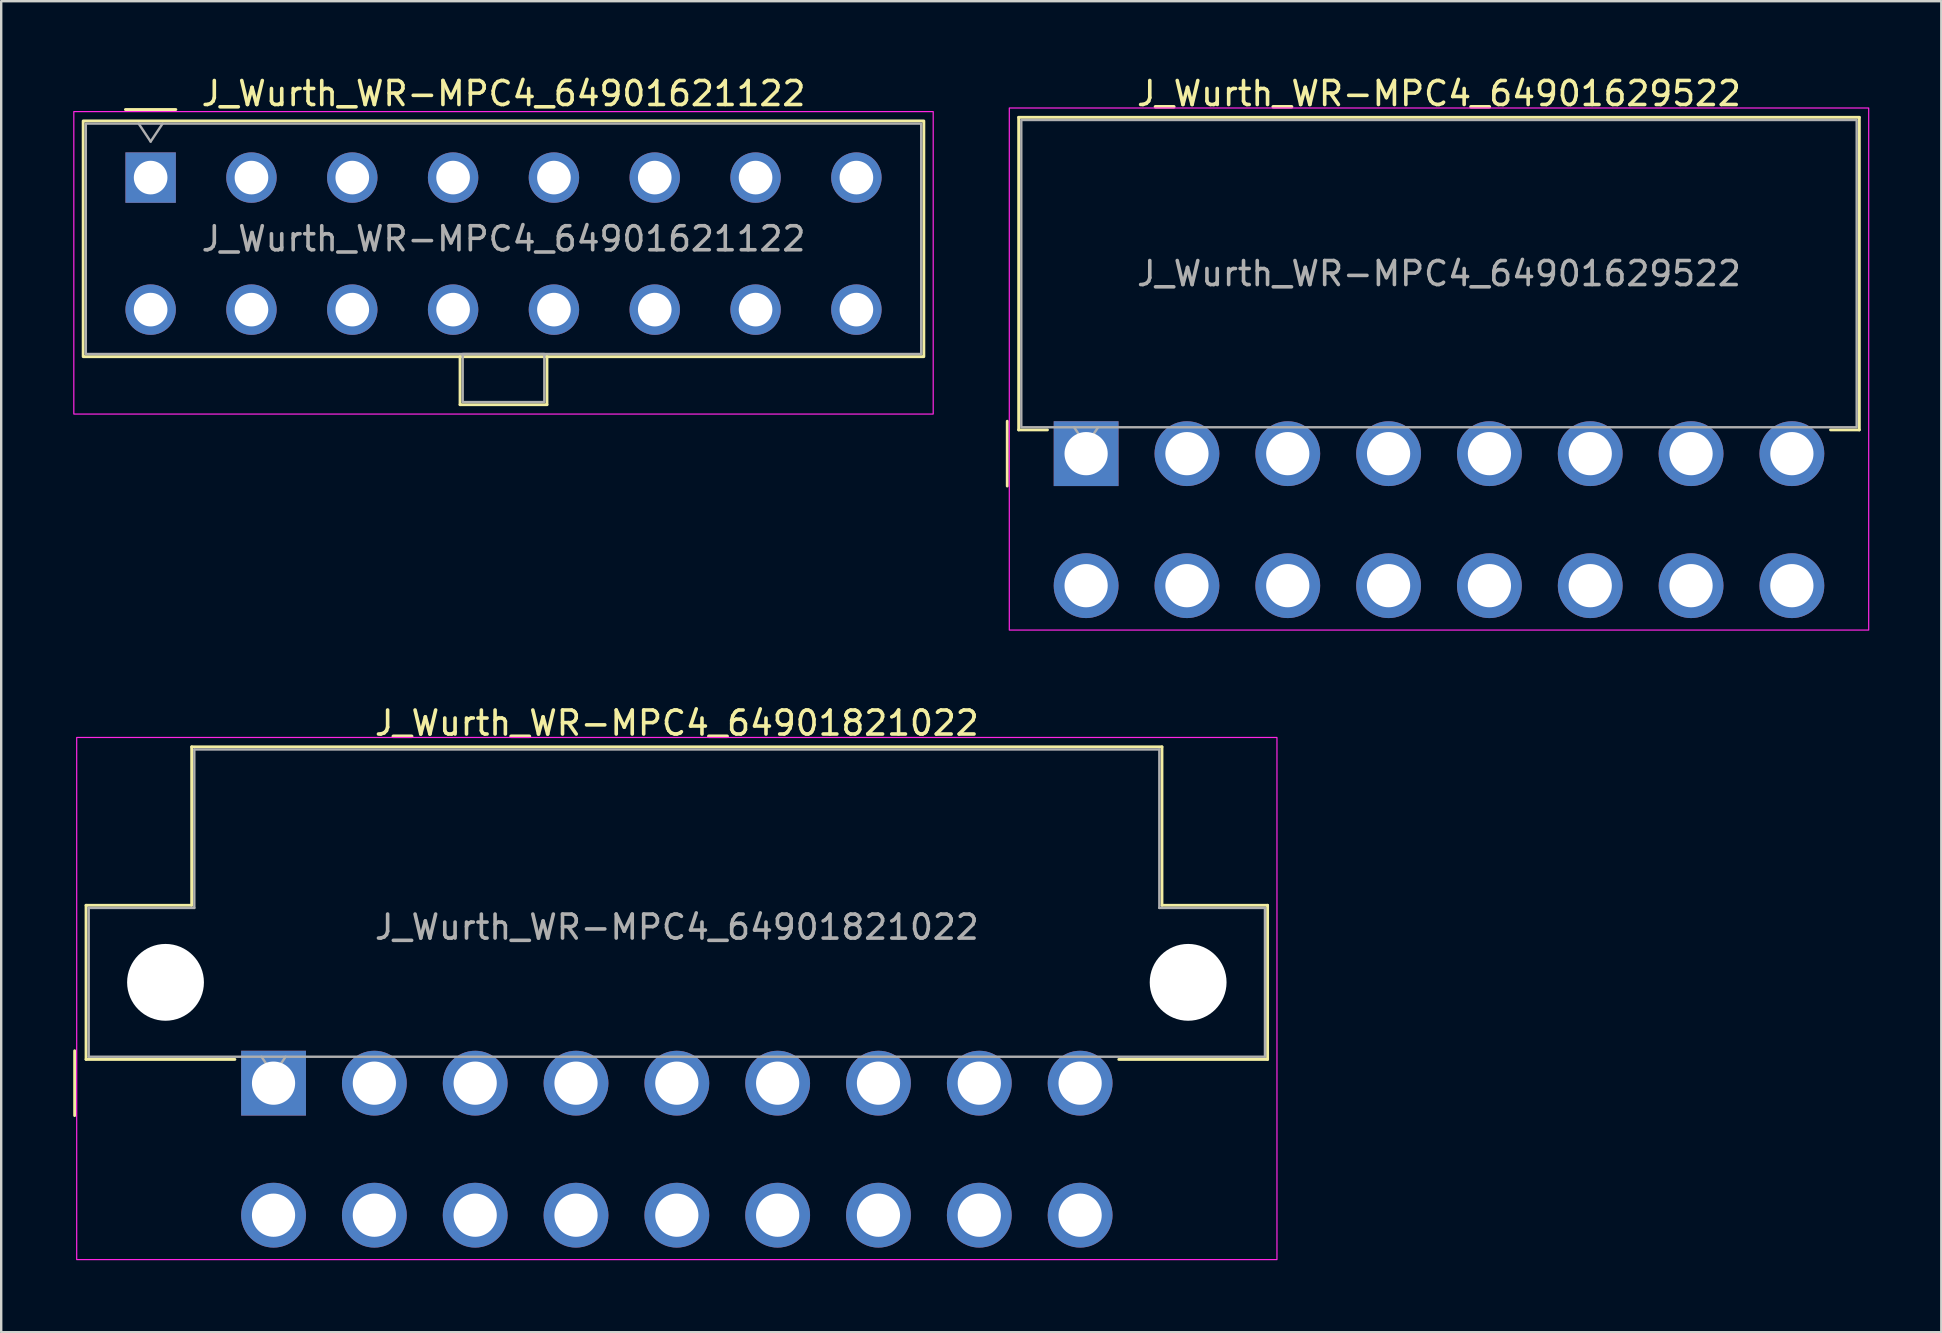
<source format=kicad_pcb>
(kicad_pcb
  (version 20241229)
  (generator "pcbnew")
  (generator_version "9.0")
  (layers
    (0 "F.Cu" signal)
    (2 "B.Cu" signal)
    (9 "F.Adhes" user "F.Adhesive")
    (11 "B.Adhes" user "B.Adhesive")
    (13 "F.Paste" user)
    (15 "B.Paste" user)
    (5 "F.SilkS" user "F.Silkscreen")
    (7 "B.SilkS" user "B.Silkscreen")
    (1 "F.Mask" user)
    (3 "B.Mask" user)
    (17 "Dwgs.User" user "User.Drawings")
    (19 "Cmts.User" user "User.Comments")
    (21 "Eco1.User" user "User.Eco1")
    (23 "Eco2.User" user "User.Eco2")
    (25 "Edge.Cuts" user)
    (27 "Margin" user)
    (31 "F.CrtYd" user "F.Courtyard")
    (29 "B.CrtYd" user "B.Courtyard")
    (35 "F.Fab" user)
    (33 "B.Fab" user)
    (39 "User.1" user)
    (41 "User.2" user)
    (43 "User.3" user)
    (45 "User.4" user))
  (footprint "J_Wurth_WR-MPC4_64901629522"
    (layer "F.Cu")
    (at 42.195 15.848)
    (property "Reference" "J_Wurth_WR-MPC4_64901629522" (at 14.7 -15 0) (unlocked yes) (layer "F.SilkS") (effects (font (size 1 1) (thickness 0.15))))
    (attr through_hole)
    (fp_line (start -3.285 -1.35) (end -3.285 1.35) (stroke (width 0.12) (type solid)) (layer "F.SilkS"))
    (fp_line (start -2.81 -14.01) (end 32.21 -14.01) (stroke (width 0.12) (type solid)) (layer "F.SilkS"))
    (fp_line (start -2.81 -0.99) (end -2.81 -14.01) (stroke (width 0.12) (type default)) (layer "F.SilkS"))
    (fp_line (start -1.61 -0.99) (end -2.81 -0.99) (stroke (width 0.12) (type solid)) (layer "F.SilkS"))
    (fp_line (start 32.21 -14.01) (end 32.21 -0.99) (stroke (width 0.12) (type solid)) (layer "F.SilkS"))
    (fp_line (start 32.21 -0.99) (end 31.01 -0.99) (stroke (width 0.12) (type solid)) (layer "F.SilkS"))
    (fp_rect (start -3.2 -14.4) (end 32.6 7.35) (stroke (width 0.05) (type solid)) (fill no) (layer "F.CrtYd"))
    (fp_line (start 0 -0.35) (end -0.5 -1.1) (stroke (width 0.1) (type solid)) (layer "F.Fab"))
    (fp_line (start 0 -0.35) (end 0.5 -1.1) (stroke (width 0.1) (type solid)) (layer "F.Fab"))
    (fp_rect (start -2.7 -13.9) (end 32.1 -1.1) (stroke (width 0.1) (type solid)) (fill no) (layer "F.Fab"))
    (fp_text user "${REFERENCE}" (at 14.7 -7.5 0) (unlocked yes) (layer "F.Fab") (effects (font (size 1 1) (thickness 0.15))))
    (pad "1" thru_hole rect (at 0 0 180) (size 2.7 2.7) (drill 1.8) (layers "*.Cu" "*.Mask"))
    (pad "2" thru_hole circle (at 4.2 0 180) (size 2.7 2.7) (drill 1.8) (layers "*.Cu" "*.Mask"))
    (pad "3" thru_hole circle (at 8.4 0 180) (size 2.7 2.7) (drill 1.8) (layers "*.Cu" "*.Mask"))
    (pad "4" thru_hole circle (at 12.6 0 180) (size 2.7 2.7) (drill 1.8) (layers "*.Cu" "*.Mask"))
    (pad "5" thru_hole circle (at 16.8 0 180) (size 2.7 2.7) (drill 1.8) (layers "*.Cu" "*.Mask"))
    (pad "6" thru_hole circle (at 21 0 180) (size 2.7 2.7) (drill 1.8) (layers "*.Cu" "*.Mask"))
    (pad "7" thru_hole circle (at 25.2 0 180) (size 2.7 2.7) (drill 1.8) (layers "*.Cu" "*.Mask"))
    (pad "8" thru_hole circle (at 29.4 0 180) (size 2.7 2.7) (drill 1.8) (layers "*.Cu" "*.Mask"))
    (pad "9" thru_hole circle (at 0 5.5 180) (size 2.7 2.7) (drill 1.8) (layers "*.Cu" "*.Mask"))
    (pad "10" thru_hole circle (at 4.2 5.5 180) (size 2.7 2.7) (drill 1.8) (layers "*.Cu" "*.Mask"))
    (pad "11" thru_hole circle (at 8.4 5.5 180) (size 2.7 2.7) (drill 1.8) (layers "*.Cu" "*.Mask"))
    (pad "12" thru_hole circle (at 12.6 5.5 180) (size 2.7 2.7) (drill 1.8) (layers "*.Cu" "*.Mask"))
    (pad "13" thru_hole circle (at 16.8 5.5 180) (size 2.7 2.7) (drill 1.8) (layers "*.Cu" "*.Mask"))
    (pad "14" thru_hole circle (at 21 5.5 180) (size 2.7 2.7) (drill 1.8) (layers "*.Cu" "*.Mask"))
    (pad "15" thru_hole circle (at 25.2 5.5 180) (size 2.7 2.7) (drill 1.8) (layers "*.Cu" "*.Mask"))
    (pad "16" thru_hole circle (at 29.4 5.5 180) (size 2.7 2.7) (drill 1.8) (layers "*.Cu" "*.Mask")))
  (footprint "J_Wurth_WR-MPC4_64901821022"
    (layer "F.Cu")
    (at 8.345 42.072)
    (property "Reference" "J_Wurth_WR-MPC4_64901821022" (at 16.8 -15 0) (unlocked yes) (layer "F.SilkS") (effects (font (size 1 1) (thickness 0.15))))
    (attr through_hole)
    (fp_line (start -8.285 -1.35) (end -8.285 1.35) (stroke (width 0.12) (type solid)) (layer "F.SilkS"))
    (fp_line (start -7.81 -7.41) (end -3.41 -7.41) (stroke (width 0.12) (type default)) (layer "F.SilkS"))
    (fp_line (start -7.81 -0.99) (end -7.81 -7.41) (stroke (width 0.12) (type default)) (layer "F.SilkS"))
    (fp_line (start -7.81 -0.99) (end -1.61 -0.99) (stroke (width 0.12) (type solid)) (layer "F.SilkS"))
    (fp_line (start -3.41 -14.01) (end -3.41 -7.41) (stroke (width 0.12) (type solid)) (layer "F.SilkS"))
    (fp_line (start 35.21 -0.99) (end 41.41 -0.99) (stroke (width 0.12) (type solid)) (layer "F.SilkS"))
    (fp_line (start 37.01 -14.01) (end -3.41 -14.01) (stroke (width 0.12) (type solid)) (layer "F.SilkS"))
    (fp_line (start 37.01 -7.41) (end 37.01 -14.01) (stroke (width 0.12) (type solid)) (layer "F.SilkS"))
    (fp_line (start 41.41 -7.41) (end 37.01 -7.41) (stroke (width 0.12) (type default)) (layer "F.SilkS"))
    (fp_line (start 41.41 -0.99) (end 41.41 -7.41) (stroke (width 0.12) (type default)) (layer "F.SilkS"))
    (fp_rect (start -8.2 -14.4) (end 41.8 7.35) (stroke (width 0.05) (type solid)) (fill no) (layer "F.CrtYd"))
    (fp_line (start -7.7 -1.1) (end -7.7 -7.3) (stroke (width 0.1) (type default)) (layer "F.Fab"))
    (fp_line (start -7.7 -1.1) (end 41.3 -1.1) (stroke (width 0.1) (type solid)) (layer "F.Fab"))
    (fp_line (start -3.3 -13.9) (end -3.3 -7.3) (stroke (width 0.1) (type solid)) (layer "F.Fab"))
    (fp_line (start -3.3 -7.3) (end -7.7 -7.3) (stroke (width 0.1) (type default)) (layer "F.Fab"))
    (fp_line (start 0 -0.35) (end -0.5 -1.1) (stroke (width 0.1) (type solid)) (layer "F.Fab"))
    (fp_line (start 0 -0.35) (end 0.5 -1.1) (stroke (width 0.1) (type solid)) (layer "F.Fab"))
    (fp_line (start 36.9 -13.9) (end -3.3 -13.9) (stroke (width 0.1) (type default)) (layer "F.Fab"))
    (fp_line (start 36.9 -7.3) (end 36.9 -13.9) (stroke (width 0.1) (type solid)) (layer "F.Fab"))
    (fp_line (start 36.9 -7.3) (end 41.3 -7.3) (stroke (width 0.1) (type default)) (layer "F.Fab"))
    (fp_line (start 41.3 -1.1) (end 41.3 -7.3) (stroke (width 0.1) (type default)) (layer "F.Fab"))
    (fp_text user "${REFERENCE}" (at 16.8 -6.5 0) (unlocked yes) (layer "F.Fab") (effects (font (size 1 1) (thickness 0.15))))
    (pad "" np_thru_hole circle (at -4.5 -4.2) (size 3.2 3.2) (drill 3.2) (layers "*.Cu" "*.Mask"))
    (pad "" np_thru_hole circle (at 38.1 -4.2) (size 3.2 3.2) (drill 3.2) (layers "*.Cu" "*.Mask"))
    (pad "1" thru_hole rect (at 0 0 180) (size 2.7 2.7) (drill 1.8) (layers "*.Cu" "*.Mask"))
    (pad "2" thru_hole circle (at 4.2 0 180) (size 2.7 2.7) (drill 1.8) (layers "*.Cu" "*.Mask"))
    (pad "3" thru_hole circle (at 8.4 0 180) (size 2.7 2.7) (drill 1.8) (layers "*.Cu" "*.Mask"))
    (pad "4" thru_hole circle (at 12.6 0 180) (size 2.7 2.7) (drill 1.8) (layers "*.Cu" "*.Mask"))
    (pad "5" thru_hole circle (at 16.8 0 180) (size 2.7 2.7) (drill 1.8) (layers "*.Cu" "*.Mask"))
    (pad "6" thru_hole circle (at 21 0 180) (size 2.7 2.7) (drill 1.8) (layers "*.Cu" "*.Mask"))
    (pad "7" thru_hole circle (at 25.2 0 180) (size 2.7 2.7) (drill 1.8) (layers "*.Cu" "*.Mask"))
    (pad "8" thru_hole circle (at 29.4 0 180) (size 2.7 2.7) (drill 1.8) (layers "*.Cu" "*.Mask"))
    (pad "9" thru_hole circle (at 33.6 0 180) (size 2.7 2.7) (drill 1.8) (layers "*.Cu" "*.Mask"))
    (pad "10" thru_hole circle (at 0 5.5 180) (size 2.7 2.7) (drill 1.8) (layers "*.Cu" "*.Mask"))
    (pad "11" thru_hole circle (at 4.2 5.5 180) (size 2.7 2.7) (drill 1.8) (layers "*.Cu" "*.Mask"))
    (pad "12" thru_hole circle (at 8.4 5.5 180) (size 2.7 2.7) (drill 1.8) (layers "*.Cu" "*.Mask"))
    (pad "13" thru_hole circle (at 12.6 5.5 180) (size 2.7 2.7) (drill 1.8) (layers "*.Cu" "*.Mask"))
    (pad "14" thru_hole circle (at 16.8 5.5 180) (size 2.7 2.7) (drill 1.8) (layers "*.Cu" "*.Mask"))
    (pad "15" thru_hole circle (at 21 5.5 180) (size 2.7 2.7) (drill 1.8) (layers "*.Cu" "*.Mask"))
    (pad "16" thru_hole circle (at 25.2 5.5 180) (size 2.7 2.7) (drill 1.8) (layers "*.Cu" "*.Mask"))
    (pad "17" thru_hole circle (at 29.4 5.5 180) (size 2.7 2.7) (drill 1.8) (layers "*.Cu" "*.Mask"))
    (pad "18" thru_hole circle (at 33.6 5.5 180) (size 2.7 2.7) (drill 1.8) (layers "*.Cu" "*.Mask")))
  (footprint "J_Wurth_WR-MPC4_64901621122"
    (layer "F.Cu")
    (at 3.225 4.348)
    (property "Reference" "J_Wurth_WR-MPC4_64901621122" (at 14.7 -3.5 0) (unlocked yes) (layer "F.SilkS") (effects (font (size 1 1) (thickness 0.15))))
    (attr through_hole)
    (fp_line (start 1.05 -2.835) (end -1.05 -2.835) (stroke (width 0.12) (type solid)) (layer "F.SilkS"))
    (fp_line (start 12.89 9.46) (end 12.89 7.46) (stroke (width 0.12) (type default)) (layer "F.SilkS"))
    (fp_line (start 16.51 7.46) (end 16.51 9.46) (stroke (width 0.12) (type default)) (layer "F.SilkS"))
    (fp_line (start 16.51 9.46) (end 12.89 9.46) (stroke (width 0.12) (type default)) (layer "F.SilkS"))
    (fp_rect (start -2.81 -2.36) (end 32.21 7.46) (stroke (width 0.12) (type solid)) (fill no) (layer "F.SilkS"))
    (fp_rect (start -3.2 -2.75) (end 32.6 9.85) (stroke (width 0.05) (type solid)) (fill no) (layer "F.CrtYd"))
    (fp_line (start 0 -1.5) (end -0.5 -2.25) (stroke (width 0.1) (type solid)) (layer "F.Fab"))
    (fp_line (start 0 -1.5) (end 0.5 -2.25) (stroke (width 0.1) (type solid)) (layer "F.Fab"))
    (fp_rect (start -2.7 -2.25) (end 32.1 7.35) (stroke (width 0.1) (type solid)) (fill no) (layer "F.Fab"))
    (fp_rect (start 13 7.35) (end 16.4 9.35) (stroke (width 0.1) (type solid)) (fill no) (layer "F.Fab"))
    (fp_text user "${REFERENCE}" (at 14.7 2.55 0) (unlocked yes) (layer "F.Fab") (effects (font (size 1 1) (thickness 0.15))))
    (pad "1" thru_hole rect (at 0 0 180) (size 2.1 2.1) (drill 1.4) (layers "*.Cu" "*.Mask"))
    (pad "2" thru_hole circle (at 4.2 0 180) (size 2.1 2.1) (drill 1.4) (layers "*.Cu" "*.Mask"))
    (pad "3" thru_hole circle (at 8.4 0 180) (size 2.1 2.1) (drill 1.4) (layers "*.Cu" "*.Mask"))
    (pad "4" thru_hole circle (at 12.6 0 180) (size 2.1 2.1) (drill 1.4) (layers "*.Cu" "*.Mask"))
    (pad "5" thru_hole circle (at 16.8 0 180) (size 2.1 2.1) (drill 1.4) (layers "*.Cu" "*.Mask"))
    (pad "6" thru_hole circle (at 21 0 180) (size 2.1 2.1) (drill 1.4) (layers "*.Cu" "*.Mask"))
    (pad "7" thru_hole circle (at 25.2 0 180) (size 2.1 2.1) (drill 1.4) (layers "*.Cu" "*.Mask"))
    (pad "8" thru_hole circle (at 29.4 0 180) (size 2.1 2.1) (drill 1.4) (layers "*.Cu" "*.Mask"))
    (pad "9" thru_hole circle (at 0 5.5 180) (size 2.1 2.1) (drill 1.4) (layers "*.Cu" "*.Mask"))
    (pad "10" thru_hole circle (at 4.2 5.5 180) (size 2.1 2.1) (drill 1.4) (layers "*.Cu" "*.Mask"))
    (pad "11" thru_hole circle (at 8.4 5.5 180) (size 2.1 2.1) (drill 1.4) (layers "*.Cu" "*.Mask"))
    (pad "12" thru_hole circle (at 12.6 5.5 180) (size 2.1 2.1) (drill 1.4) (layers "*.Cu" "*.Mask"))
    (pad "13" thru_hole circle (at 16.8 5.5 180) (size 2.1 2.1) (drill 1.4) (layers "*.Cu" "*.Mask"))
    (pad "14" thru_hole circle (at 21 5.5 180) (size 2.1 2.1) (drill 1.4) (layers "*.Cu" "*.Mask"))
    (pad "15" thru_hole circle (at 25.2 5.5 180) (size 2.1 2.1) (drill 1.4) (layers "*.Cu" "*.Mask"))
    (pad "16" thru_hole circle (at 29.4 5.5 180) (size 2.1 2.1) (drill 1.4) (layers "*.Cu" "*.Mask")))
  (gr_rect
    (start -3 -3)
    (end 77.82 52.447)
    (stroke (width 0.1) (type default))
    (fill no)
    (layer "Edge.Cuts")))
</source>
